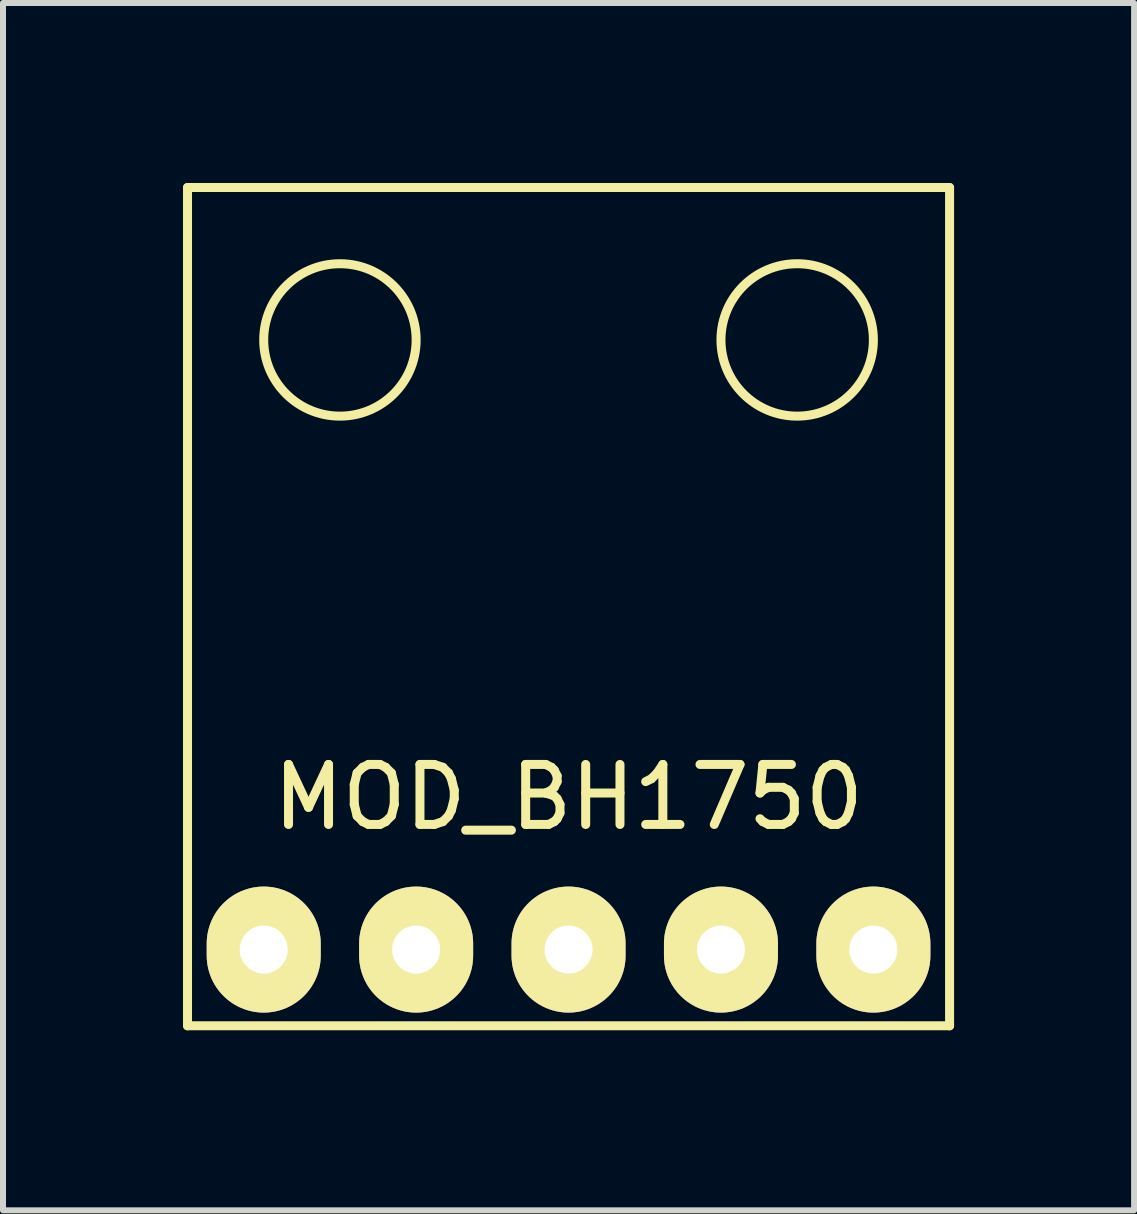
<source format=kicad_pcb>
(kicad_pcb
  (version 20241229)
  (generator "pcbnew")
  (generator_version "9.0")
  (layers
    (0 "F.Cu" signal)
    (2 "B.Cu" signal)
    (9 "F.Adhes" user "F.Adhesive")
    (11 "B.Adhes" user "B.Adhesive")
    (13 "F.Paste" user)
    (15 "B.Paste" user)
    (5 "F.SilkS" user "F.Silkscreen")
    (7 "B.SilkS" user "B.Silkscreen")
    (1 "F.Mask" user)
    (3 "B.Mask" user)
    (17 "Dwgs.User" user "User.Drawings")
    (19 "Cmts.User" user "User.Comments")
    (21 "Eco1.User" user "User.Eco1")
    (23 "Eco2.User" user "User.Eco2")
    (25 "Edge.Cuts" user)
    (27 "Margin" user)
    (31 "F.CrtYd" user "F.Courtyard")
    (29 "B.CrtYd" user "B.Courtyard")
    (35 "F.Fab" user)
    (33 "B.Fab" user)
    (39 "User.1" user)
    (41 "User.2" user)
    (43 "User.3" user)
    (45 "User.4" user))
  (footprint "MOD_BH1750"
    (layer "F.Cu")
    (at 6.425 12.775)
    (property "Reference" "MOD_BH1750" (at 0 -2.54 0) (layer "F.SilkS") (effects (font (size 1 1) (thickness 0.15))))
    (attr through_hole)
    (fp_line (start -6.35 -12.7) (end -6.35 1.27) (stroke (width 0.15) (type solid)) (layer "F.SilkS"))
    (fp_line (start -6.35 1.27) (end 6.35 1.27) (stroke (width 0.15) (type solid)) (layer "F.SilkS"))
    (fp_line (start -3.81 -12.7) (end -6.35 -12.7) (stroke (width 0.15) (type solid)) (layer "F.SilkS"))
    (fp_line (start 6.35 -12.7) (end -3.81 -12.7) (stroke (width 0.15) (type solid)) (layer "F.SilkS"))
    (fp_line (start 6.35 1.27) (end 6.35 -12.7) (stroke (width 0.15) (type solid)) (layer "F.SilkS"))
    (fp_circle (center -3.81 -10.16) (end -3.81 -8.89) (stroke (width 0.15) (type solid)) (fill no) (layer "F.SilkS"))
    (fp_circle (center 3.81 -10.16) (end 5.08 -10.16) (stroke (width 0.15) (type solid)) (fill no) (layer "F.SilkS"))
    (pad "1" thru_hole oval (at -5.08 0) (size 1.9 2.1) (drill 0.8) (layers "*.Mask" "B.Cu" "F.SilkS"))
    (pad "2" thru_hole oval (at -2.54 0) (size 1.9 2.1) (drill 0.8) (layers "*.Mask" "B.Cu" "F.SilkS"))
    (pad "3" thru_hole oval (at 0 0) (size 1.9 2.1) (drill 0.8) (layers "*.Mask" "B.Cu" "F.SilkS"))
    (pad "4" thru_hole oval (at 2.54 0) (size 1.9 2.1) (drill 0.8) (layers "*.Mask" "B.Cu" "F.SilkS"))
    (pad "5" thru_hole oval (at 5.08 0) (size 1.9 2.1) (drill 0.8) (layers "*.Mask" "B.Cu" "F.SilkS")))
  (gr_rect
    (start -3 -3)
    (end 15.85 17.12)
    (stroke (width 0.1) (type default))
    (fill no)
    (layer "Edge.Cuts")))
</source>
